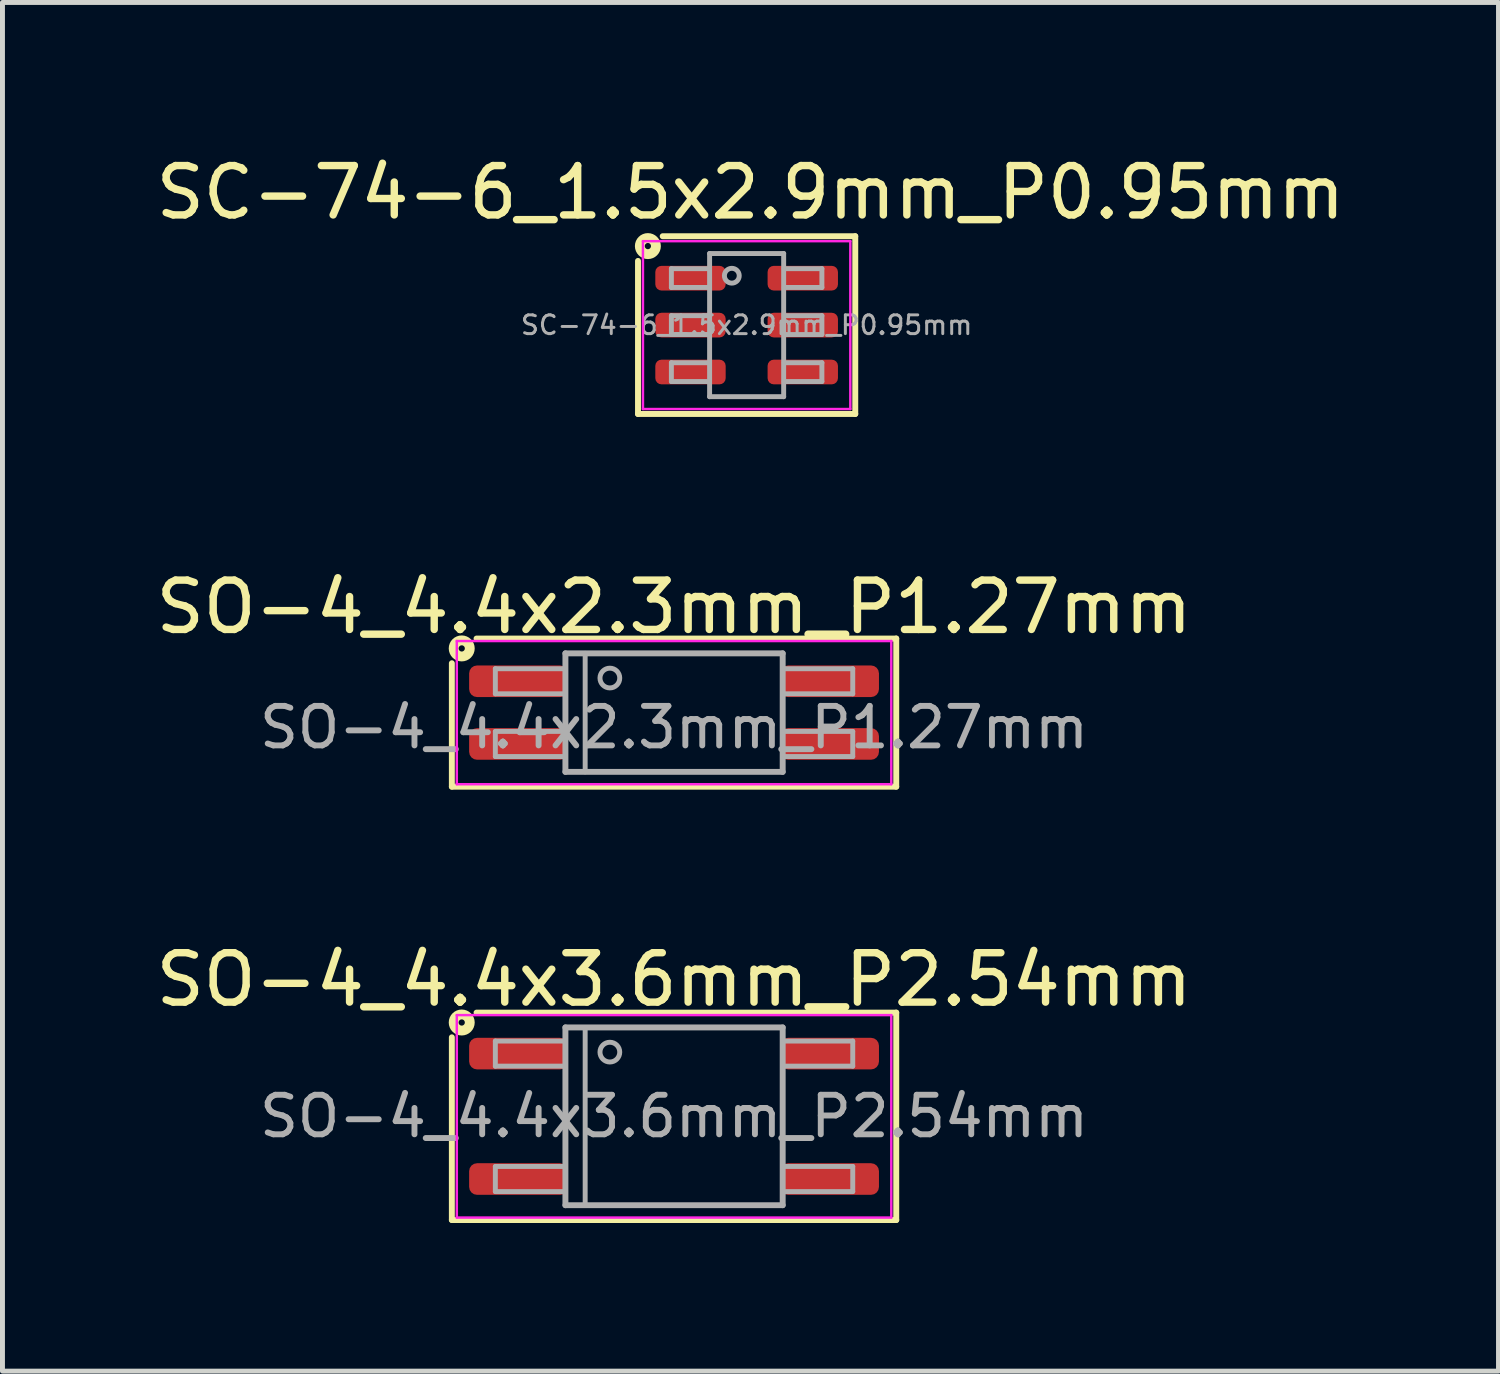
<source format=kicad_pcb>
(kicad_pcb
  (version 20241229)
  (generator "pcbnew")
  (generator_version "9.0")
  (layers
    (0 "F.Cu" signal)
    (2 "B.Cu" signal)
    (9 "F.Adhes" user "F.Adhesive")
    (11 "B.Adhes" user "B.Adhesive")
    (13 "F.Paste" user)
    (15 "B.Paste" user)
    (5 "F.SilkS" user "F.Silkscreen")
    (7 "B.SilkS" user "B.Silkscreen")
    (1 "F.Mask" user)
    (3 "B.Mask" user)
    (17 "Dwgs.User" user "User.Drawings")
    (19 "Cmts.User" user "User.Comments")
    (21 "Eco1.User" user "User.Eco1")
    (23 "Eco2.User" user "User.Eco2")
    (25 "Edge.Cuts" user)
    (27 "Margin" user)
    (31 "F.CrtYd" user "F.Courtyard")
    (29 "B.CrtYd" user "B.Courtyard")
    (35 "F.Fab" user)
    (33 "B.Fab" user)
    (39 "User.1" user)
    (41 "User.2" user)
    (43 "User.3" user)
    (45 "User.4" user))
  (footprint "SC-74-6_1.5x2.9mm_P0.95mm"
    (layer "F.Cu")
    (at 12.071 3.534)
    (property "Reference" "SC-74-6_1.5x2.9mm_P0.95mm" (at 0.078 -2.686 0) (layer "F.SilkS") (effects (font (size 1 1) (thickness 0.15))))
    (attr smd)
    (fp_line (start -2.2 -1.3) (end -2.2 1.8) (stroke (width 0.12) (type solid)) (layer "F.SilkS"))
    (fp_line (start -2.2 1.8) (end 2.2 1.8) (stroke (width 0.12) (type solid)) (layer "F.SilkS"))
    (fp_line (start 2.2 -1.8) (end -1.7 -1.8) (stroke (width 0.12) (type solid)) (layer "F.SilkS"))
    (fp_line (start 2.2 1.8) (end 2.2 -1.8) (stroke (width 0.12) (type solid)) (layer "F.SilkS"))
    (fp_circle (center -2 -1.6) (end -1.937 -1.6) (stroke (width 0.2) (type solid)) (fill no) (layer "F.SilkS"))
    (fp_line (start -2.1 -1.7) (end -2.1 1.7) (stroke (width 0.05) (type solid)) (layer "F.CrtYd"))
    (fp_line (start -2.1 1.7) (end 2.1 1.7) (stroke (width 0.05) (type solid)) (layer "F.CrtYd"))
    (fp_line (start 2.1 -1.7) (end -2.1 -1.7) (stroke (width 0.05) (type solid)) (layer "F.CrtYd"))
    (fp_line (start 2.1 1.7) (end 2.1 -1.7) (stroke (width 0.05) (type solid)) (layer "F.CrtYd"))
    (fp_line (start -1.524 -1.143) (end -1.524 -0.762) (stroke (width 0.1) (type solid)) (layer "F.Fab"))
    (fp_line (start -1.524 -1.143) (end -0.762 -1.143) (stroke (width 0.1) (type solid)) (layer "F.Fab"))
    (fp_line (start -1.524 -0.762) (end -0.762 -0.762) (stroke (width 0.1) (type solid)) (layer "F.Fab"))
    (fp_line (start -1.524 -0.191) (end -1.524 0.191) (stroke (width 0.1) (type solid)) (layer "F.Fab"))
    (fp_line (start -1.524 -0.191) (end -0.762 -0.191) (stroke (width 0.1) (type solid)) (layer "F.Fab"))
    (fp_line (start -1.524 0.191) (end -0.762 0.191) (stroke (width 0.1) (type solid)) (layer "F.Fab"))
    (fp_line (start -1.524 0.762) (end -1.524 1.143) (stroke (width 0.1) (type solid)) (layer "F.Fab"))
    (fp_line (start -1.524 0.762) (end -0.762 0.762) (stroke (width 0.1) (type solid)) (layer "F.Fab"))
    (fp_line (start -1.524 1.143) (end -0.762 1.143) (stroke (width 0.1) (type solid)) (layer "F.Fab"))
    (fp_line (start -0.75 -1.45) (end 0.75 -1.45) (stroke (width 0.1) (type solid)) (layer "F.Fab"))
    (fp_line (start -0.75 1.45) (end -0.75 -1.45) (stroke (width 0.1) (type solid)) (layer "F.Fab"))
    (fp_line (start 0.75 -1.45) (end 0.75 1.45) (stroke (width 0.1) (type solid)) (layer "F.Fab"))
    (fp_line (start 0.75 1.45) (end -0.75 1.45) (stroke (width 0.1) (type solid)) (layer "F.Fab"))
    (fp_line (start 1.524 -1.143) (end 0.762 -1.143) (stroke (width 0.1) (type solid)) (layer "F.Fab"))
    (fp_line (start 1.524 -0.762) (end 0.762 -0.762) (stroke (width 0.1) (type solid)) (layer "F.Fab"))
    (fp_line (start 1.524 -0.762) (end 1.524 -1.143) (stroke (width 0.1) (type solid)) (layer "F.Fab"))
    (fp_line (start 1.524 -0.191) (end 0.762 -0.191) (stroke (width 0.1) (type solid)) (layer "F.Fab"))
    (fp_line (start 1.524 0.191) (end 0.762 0.191) (stroke (width 0.1) (type solid)) (layer "F.Fab"))
    (fp_line (start 1.524 0.191) (end 1.524 -0.191) (stroke (width 0.1) (type solid)) (layer "F.Fab"))
    (fp_line (start 1.524 0.762) (end 0.762 0.762) (stroke (width 0.1) (type solid)) (layer "F.Fab"))
    (fp_line (start 1.524 1.143) (end 0.762 1.143) (stroke (width 0.1) (type solid)) (layer "F.Fab"))
    (fp_line (start 1.524 1.143) (end 1.524 0.762) (stroke (width 0.1) (type solid)) (layer "F.Fab"))
    (fp_circle (center -0.3 -1) (end -0.15 -1) (stroke (width 0.1) (type solid)) (fill no) (layer "F.Fab"))
    (fp_text user "${REFERENCE}" (at 0 0 0) (layer "F.Fab") (effects (font (size 0.38 0.38) (thickness 0.06))))
    (pad "1" smd roundrect (at -1.137 -0.95) (size 1.425 0.5) (layers "F.Cu" "F.Mask" "F.Paste") (roundrect_rratio 0.25))
    (pad "2" smd roundrect (at -1.137 0) (size 1.425 0.5) (layers "F.Cu" "F.Mask" "F.Paste") (roundrect_rratio 0.25))
    (pad "3" smd roundrect (at -1.137 0.95) (size 1.425 0.5) (layers "F.Cu" "F.Mask" "F.Paste") (roundrect_rratio 0.25))
    (pad "4" smd roundrect (at 1.137 0.95) (size 1.425 0.5) (layers "F.Cu" "F.Mask" "F.Paste") (roundrect_rratio 0.25))
    (pad "5" smd roundrect (at 1.137 0) (size 1.425 0.5) (layers "F.Cu" "F.Mask" "F.Paste") (roundrect_rratio 0.25))
    (pad "6" smd roundrect (at 1.137 -0.95) (size 1.425 0.5) (layers "F.Cu" "F.Mask" "F.Paste") (roundrect_rratio 0.25)))
  (footprint "SO-4_4.4x2.3mm_P1.27mm"
    (layer "F.Cu")
    (at 10.601 11.382)
    (property "Reference" "SO-4_4.4x2.3mm_P1.27mm" (at 0 -2.139 0) (layer "F.SilkS") (effects (font (size 1 1) (thickness 0.15))))
    (attr smd)
    (fp_line (start -4.5 -1) (end -4.5 1.5) (stroke (width 0.12) (type solid)) (layer "F.SilkS"))
    (fp_line (start -4.5 1.5) (end 4.5 1.5) (stroke (width 0.12) (type solid)) (layer "F.SilkS"))
    (fp_line (start 4.5 -1.5) (end -4 -1.5) (stroke (width 0.12) (type solid)) (layer "F.SilkS"))
    (fp_line (start 4.5 1.5) (end 4.5 -1.5) (stroke (width 0.12) (type solid)) (layer "F.SilkS"))
    (fp_circle (center -4.3 -1.3) (end -4.237 -1.3) (stroke (width 0.2) (type solid)) (fill no) (layer "F.SilkS"))
    (fp_line (start -4.4 -1.45) (end -4.4 1.45) (stroke (width 0.05) (type solid)) (layer "F.CrtYd"))
    (fp_line (start -4.4 -1.45) (end 4.4 -1.45) (stroke (width 0.05) (type solid)) (layer "F.CrtYd"))
    (fp_line (start 4.4 1.45) (end -4.4 1.45) (stroke (width 0.05) (type solid)) (layer "F.CrtYd"))
    (fp_line (start 4.4 1.45) (end 4.4 -1.45) (stroke (width 0.05) (type solid)) (layer "F.CrtYd"))
    (fp_line (start -3.619 -0.889) (end -3.619 -0.381) (stroke (width 0.1) (type solid)) (layer "F.Fab"))
    (fp_line (start -3.619 -0.889) (end -2.223 -0.889) (stroke (width 0.1) (type solid)) (layer "F.Fab"))
    (fp_line (start -3.619 -0.381) (end -2.223 -0.381) (stroke (width 0.1) (type solid)) (layer "F.Fab"))
    (fp_line (start -3.619 0.381) (end -3.619 0.889) (stroke (width 0.1) (type solid)) (layer "F.Fab"))
    (fp_line (start -3.619 0.381) (end -2.223 0.381) (stroke (width 0.1) (type solid)) (layer "F.Fab"))
    (fp_line (start -3.619 0.889) (end -2.223 0.889) (stroke (width 0.1) (type solid)) (layer "F.Fab"))
    (fp_line (start -2.2 -1.2) (end -2.2 1.2) (stroke (width 0.12) (type solid)) (layer "F.Fab"))
    (fp_line (start -2.2 1.2) (end 2.2 1.2) (stroke (width 0.12) (type solid)) (layer "F.Fab"))
    (fp_line (start -1.8 -1.2) (end -1.8 1.2) (stroke (width 0.1) (type solid)) (layer "F.Fab"))
    (fp_line (start 2.2 -1.2) (end -2.2 -1.2) (stroke (width 0.12) (type solid)) (layer "F.Fab"))
    (fp_line (start 2.2 1.2) (end 2.2 -1.2) (stroke (width 0.12) (type solid)) (layer "F.Fab"))
    (fp_line (start 3.619 -0.889) (end 2.223 -0.889) (stroke (width 0.1) (type solid)) (layer "F.Fab"))
    (fp_line (start 3.619 -0.381) (end 2.223 -0.381) (stroke (width 0.1) (type solid)) (layer "F.Fab"))
    (fp_line (start 3.619 -0.381) (end 3.619 -0.889) (stroke (width 0.1) (type solid)) (layer "F.Fab"))
    (fp_line (start 3.619 0.381) (end 2.223 0.381) (stroke (width 0.1) (type solid)) (layer "F.Fab"))
    (fp_line (start 3.619 0.889) (end 2.223 0.889) (stroke (width 0.1) (type solid)) (layer "F.Fab"))
    (fp_line (start 3.619 0.889) (end 3.619 0.381) (stroke (width 0.1) (type solid)) (layer "F.Fab"))
    (fp_circle (center -1.3 -0.7) (end -1.1 -0.7) (stroke (width 0.1) (type solid)) (fill no) (layer "F.Fab"))
    (fp_text user "${REFERENCE}" (at 0 0.3 0) (layer "F.Fab") (effects (font (size 0.8 0.8) (thickness 0.12))))
    (pad "1" smd roundrect (at -3.15 -0.635) (size 2 0.64) (layers "F.Cu" "F.Mask" "F.Paste") (roundrect_rratio 0.25))
    (pad "2" smd roundrect (at -3.15 0.635) (size 2 0.64) (layers "F.Cu" "F.Mask" "F.Paste") (roundrect_rratio 0.25))
    (pad "3" smd roundrect (at 3.15 0.635) (size 2 0.64) (layers "F.Cu" "F.Mask" "F.Paste") (roundrect_rratio 0.25))
    (pad "4" smd roundrect (at 3.15 -0.635) (size 2 0.64) (layers "F.Cu" "F.Mask" "F.Paste") (roundrect_rratio 0.25)))
  (footprint "SO-4_4.4x3.6mm_P2.54mm"
    (layer "F.Cu")
    (at 10.601 19.558)
    (property "Reference" "SO-4_4.4x3.6mm_P2.54mm" (at 0 -2.768 0) (layer "F.SilkS") (effects (font (size 1 1) (thickness 0.15))))
    (attr smd)
    (fp_line (start -4.5 2.1) (end -4.5 -1.6) (stroke (width 0.12) (type solid)) (layer "F.SilkS"))
    (fp_line (start -4 -2.1) (end 4.5 -2.1) (stroke (width 0.12) (type solid)) (layer "F.SilkS"))
    (fp_line (start 4.5 -2.1) (end 4.5 2.1) (stroke (width 0.12) (type solid)) (layer "F.SilkS"))
    (fp_line (start 4.5 2.1) (end -4.5 2.1) (stroke (width 0.12) (type solid)) (layer "F.SilkS"))
    (fp_circle (center -4.3 -1.9) (end -4.237 -1.9) (stroke (width 0.2) (type solid)) (fill no) (layer "F.SilkS"))
    (fp_line (start -4.4 -2.05) (end -4.4 2.05) (stroke (width 0.05) (type solid)) (layer "F.CrtYd"))
    (fp_line (start -4.4 -2.05) (end 4.4 -2.05) (stroke (width 0.05) (type solid)) (layer "F.CrtYd"))
    (fp_line (start 4.4 2.05) (end -4.4 2.05) (stroke (width 0.05) (type solid)) (layer "F.CrtYd"))
    (fp_line (start 4.4 2.05) (end 4.4 -2.05) (stroke (width 0.05) (type solid)) (layer "F.CrtYd"))
    (fp_line (start -3.619 -1.524) (end -3.619 -1.016) (stroke (width 0.1) (type solid)) (layer "F.Fab"))
    (fp_line (start -3.619 -1.524) (end -2.223 -1.524) (stroke (width 0.1) (type solid)) (layer "F.Fab"))
    (fp_line (start -3.619 -1.016) (end -2.223 -1.016) (stroke (width 0.1) (type solid)) (layer "F.Fab"))
    (fp_line (start -3.619 1.016) (end -3.619 1.524) (stroke (width 0.1) (type solid)) (layer "F.Fab"))
    (fp_line (start -3.619 1.016) (end -2.223 1.016) (stroke (width 0.1) (type solid)) (layer "F.Fab"))
    (fp_line (start -3.619 1.524) (end -2.223 1.524) (stroke (width 0.1) (type solid)) (layer "F.Fab"))
    (fp_line (start -2.2 -1.8) (end 2.2 -1.8) (stroke (width 0.12) (type solid)) (layer "F.Fab"))
    (fp_line (start -2.2 1.8) (end -2.2 -1.8) (stroke (width 0.12) (type solid)) (layer "F.Fab"))
    (fp_line (start -1.8 -1.8) (end -1.8 1.8) (stroke (width 0.1) (type solid)) (layer "F.Fab"))
    (fp_line (start 2.2 -1.8) (end 2.2 1.8) (stroke (width 0.12) (type solid)) (layer "F.Fab"))
    (fp_line (start 2.2 1.8) (end -2.2 1.8) (stroke (width 0.12) (type solid)) (layer "F.Fab"))
    (fp_line (start 3.619 -1.524) (end 2.223 -1.524) (stroke (width 0.1) (type solid)) (layer "F.Fab"))
    (fp_line (start 3.619 -1.016) (end 2.223 -1.016) (stroke (width 0.1) (type solid)) (layer "F.Fab"))
    (fp_line (start 3.619 -1.016) (end 3.619 -1.524) (stroke (width 0.1) (type solid)) (layer "F.Fab"))
    (fp_line (start 3.619 1.016) (end 2.223 1.016) (stroke (width 0.1) (type solid)) (layer "F.Fab"))
    (fp_line (start 3.619 1.524) (end 2.223 1.524) (stroke (width 0.1) (type solid)) (layer "F.Fab"))
    (fp_line (start 3.619 1.524) (end 3.619 1.016) (stroke (width 0.1) (type solid)) (layer "F.Fab"))
    (fp_circle (center -1.3 -1.3) (end -1.1 -1.3) (stroke (width 0.1) (type solid)) (fill no) (layer "F.Fab"))
    (fp_text user "${REFERENCE}" (at 0 0 0) (layer "F.Fab") (effects (font (size 0.8 0.8) (thickness 0.12))))
    (pad "1" smd roundrect (at -3.15 -1.27) (size 2 0.64) (layers "F.Cu" "F.Mask" "F.Paste") (roundrect_rratio 0.25))
    (pad "2" smd roundrect (at -3.15 1.27) (size 2 0.64) (layers "F.Cu" "F.Mask" "F.Paste") (roundrect_rratio 0.25))
    (pad "3" smd roundrect (at 3.15 1.27) (size 2 0.64) (layers "F.Cu" "F.Mask" "F.Paste") (roundrect_rratio 0.25))
    (pad "4" smd roundrect (at 3.15 -1.27) (size 2 0.64) (layers "F.Cu" "F.Mask" "F.Paste") (roundrect_rratio 0.25)))
  (gr_rect
    (start -3 -3)
    (end 27.298 24.718)
    (stroke (width 0.1) (type default))
    (fill no)
    (layer "Edge.Cuts")))
</source>
